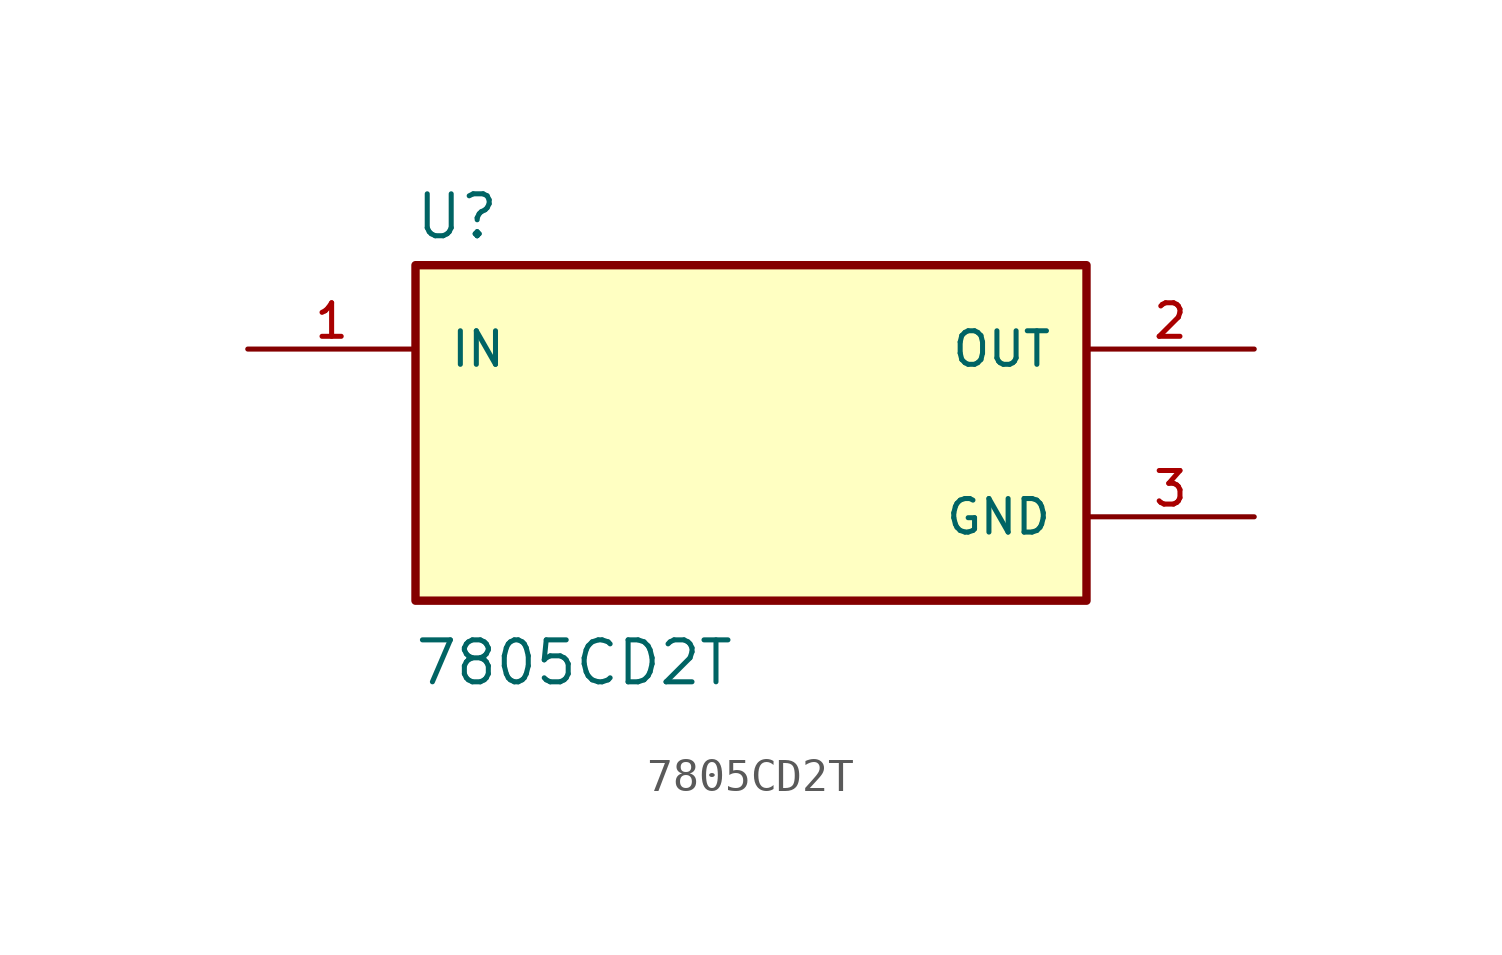
<source format=kicad_sym>
(kicad_symbol_lib
  (version 20231120)
  (generator "kicad_symbol_editor")
  (generator_version "8.0")
  (symbol "7805CD2T"
    (pin_names
      (offset 1.016))
    (property "Reference" "U"
      (at -10.207 5.808 0)
      (effects (font (size 1.27 1.27)) (justify left bottom)))
    (property "Value" "7805CD2T"
      (at -10.232 -7.7 0)
      (effects (font (size 1.27 1.27)) (justify left bottom)))
    (symbol "7805CD2T_0_0"
      (rectangle (start -10.16 -5.08) (end 10.16 5.08) (stroke (width 0.254) (type default)) (fill (type background)))
      (pin input line (at -15.24 2.54 0) (length 5.08) (name "IN" (effects (font (size 1.016 1.016)))) (number "1" (effects (font (size 1.016 1.016)))))
      (pin output line (at 15.24 2.54 180) (length 5.08) (name "OUT" (effects (font (size 1.016 1.016)))) (number "2" (effects (font (size 1.016 1.016)))))
      (pin power_in line (at 15.24 -2.54 180) (length 5.08) (name "GND" (effects (font (size 1.016 1.016)))) (number "3" (effects (font (size 1.016 1.016))))))))
</source>
